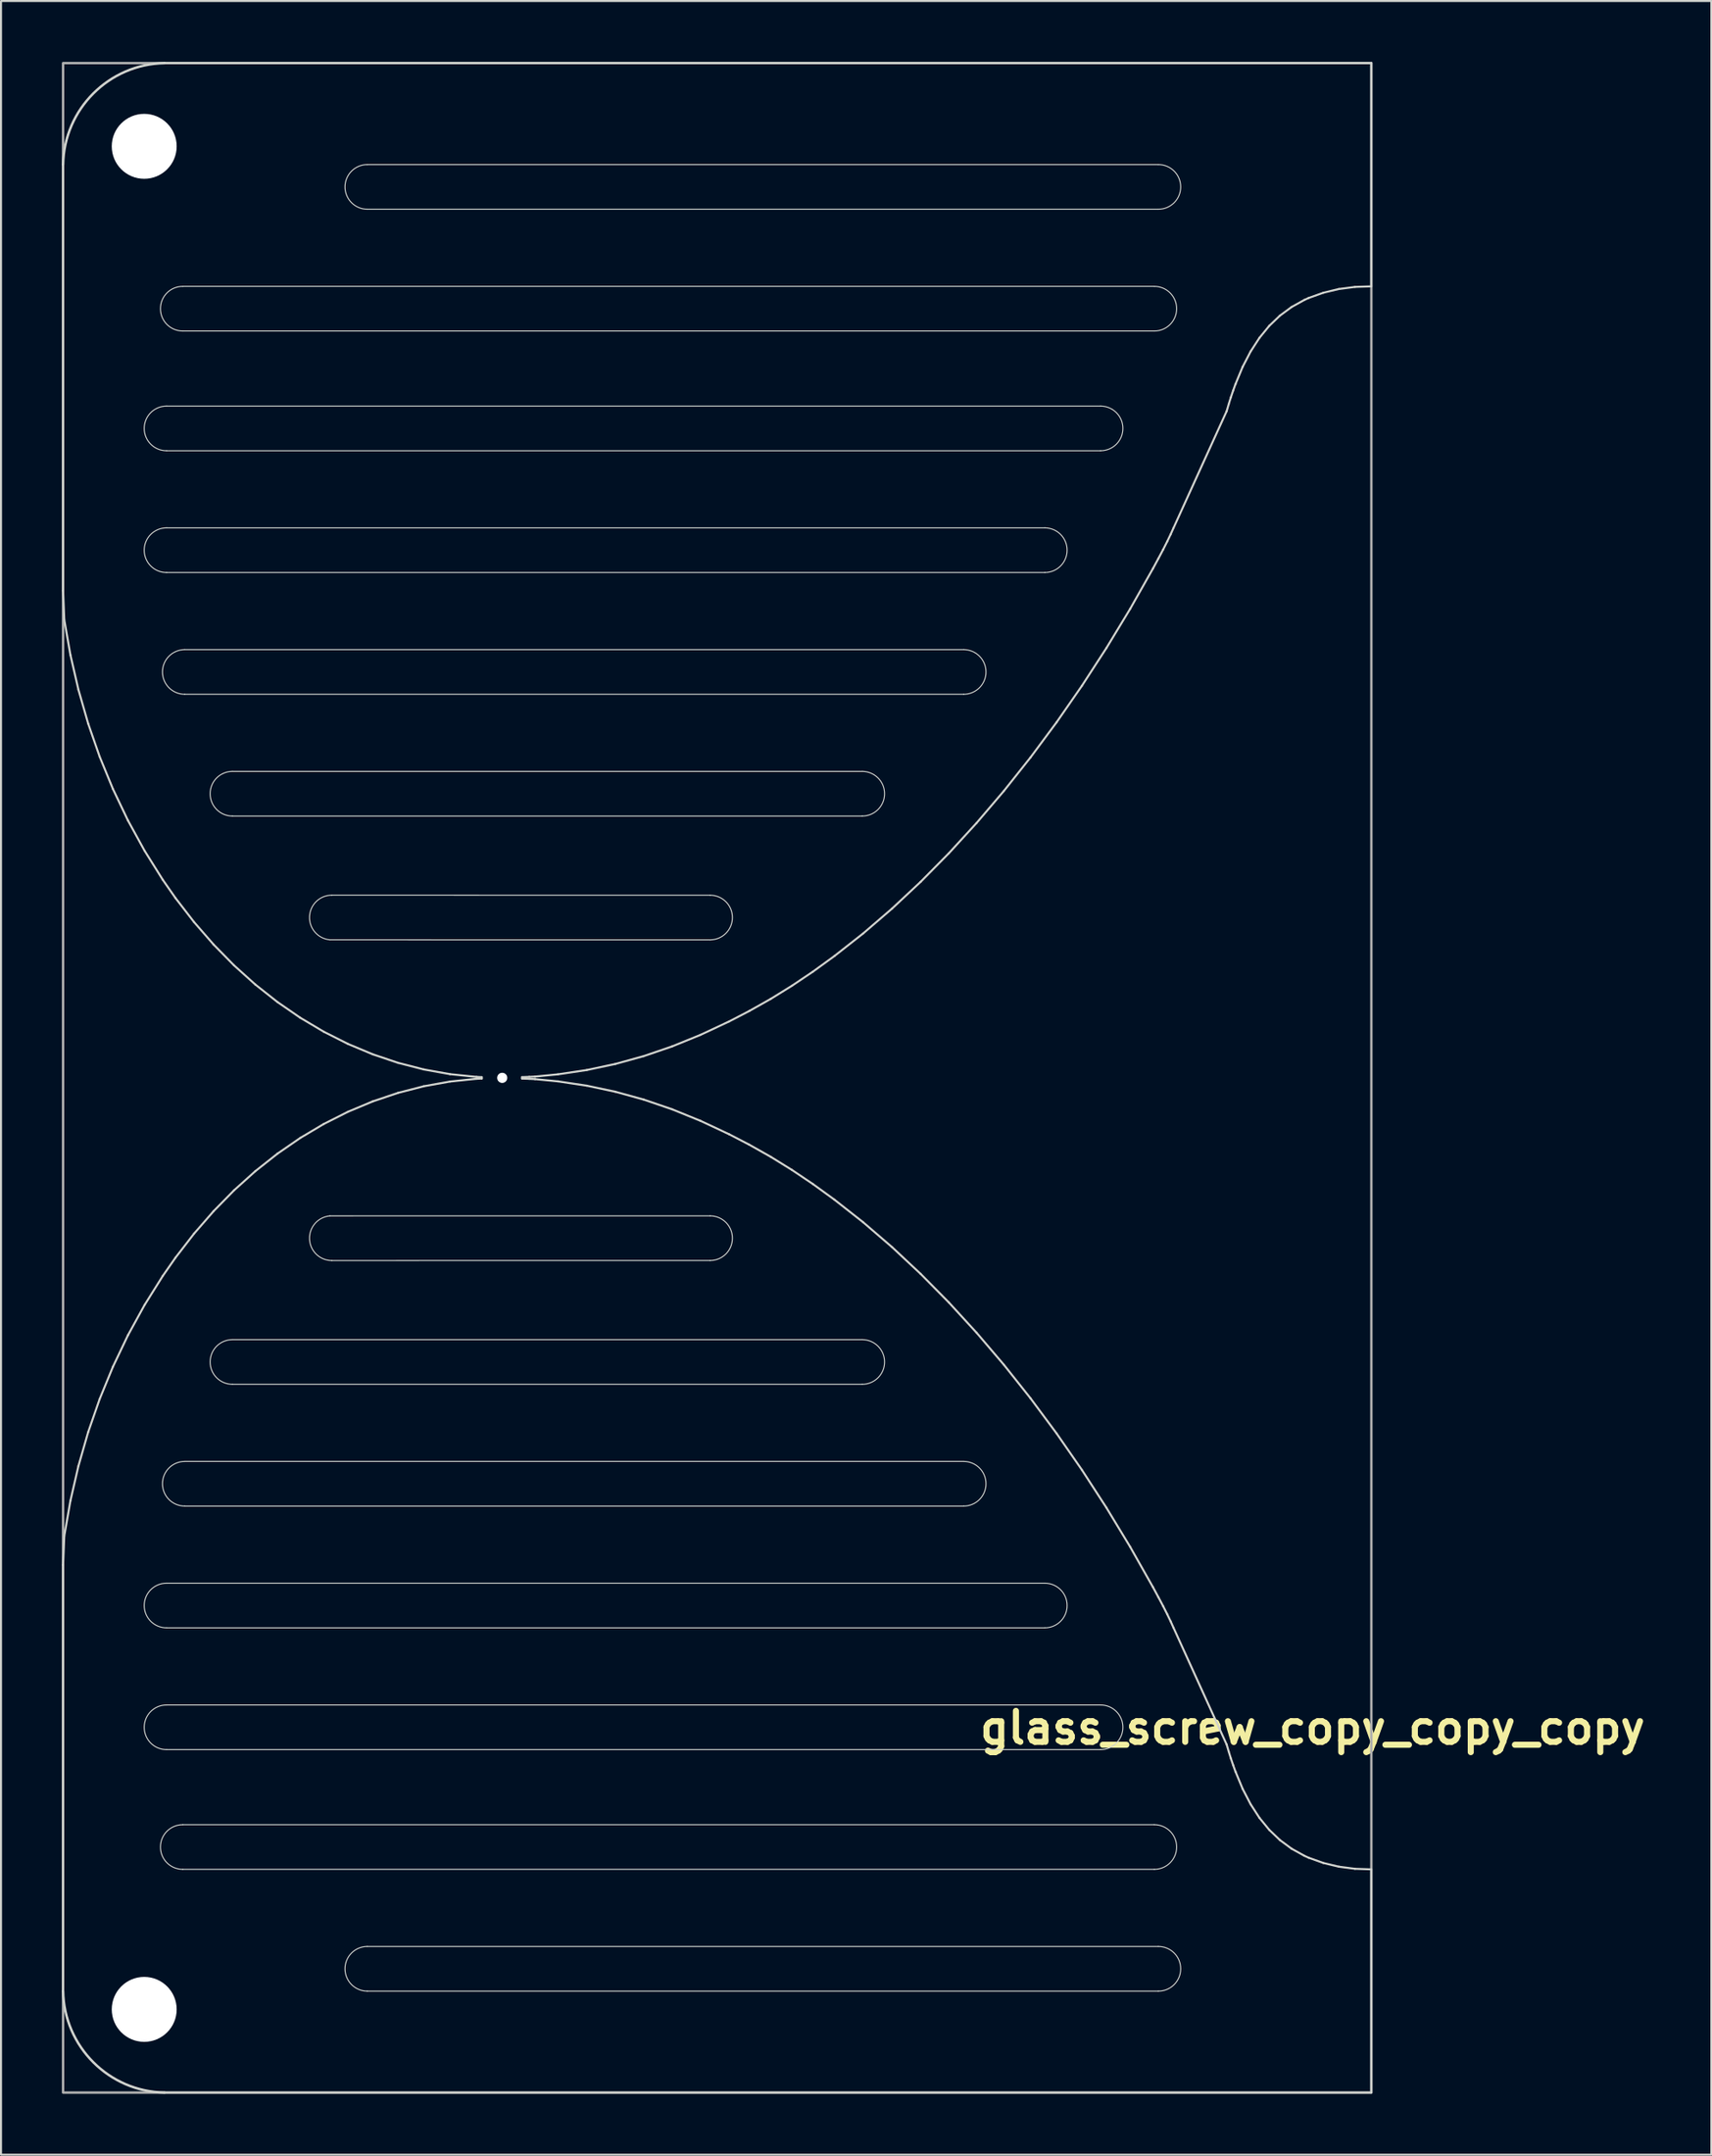
<source format=kicad_pcb>
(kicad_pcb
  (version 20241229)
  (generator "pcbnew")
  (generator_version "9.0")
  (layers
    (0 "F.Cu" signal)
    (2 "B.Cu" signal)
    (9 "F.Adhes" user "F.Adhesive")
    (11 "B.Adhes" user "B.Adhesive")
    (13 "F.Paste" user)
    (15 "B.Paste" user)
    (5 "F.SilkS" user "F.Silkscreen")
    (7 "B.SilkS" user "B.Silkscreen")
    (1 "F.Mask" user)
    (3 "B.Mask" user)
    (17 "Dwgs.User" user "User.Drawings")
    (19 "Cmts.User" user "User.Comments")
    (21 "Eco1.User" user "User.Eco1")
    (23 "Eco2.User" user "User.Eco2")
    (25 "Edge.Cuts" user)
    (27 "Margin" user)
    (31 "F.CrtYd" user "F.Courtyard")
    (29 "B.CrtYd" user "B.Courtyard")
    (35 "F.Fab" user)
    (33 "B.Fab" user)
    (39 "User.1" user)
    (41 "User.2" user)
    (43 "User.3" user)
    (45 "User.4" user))
  (footprint "glass_screw_copy_copy_copy"
    (layer "F.Cu")
    (at 64.56 6.06)
    (property "Reference" "glass_screw_copy_copy_copy" (at -2.9 76.027 180) (layer "F.SilkS") (effects (font (size 1.524 1.524) (thickness 0.3))))
    (attr through_hole)
    (fp_line (start -64.5 20) (end -64.5 -1) (stroke (width 0.1) (type solid)) (layer "Edge.Cuts"))
    (fp_line (start -64.5 68) (end -64.5 89) (stroke (width 0.1) (type solid)) (layer "Edge.Cuts"))
    (fp_line (start -64.442 21.425) (end -64.5 20) (stroke (width 0.1) (type solid)) (layer "Edge.Cuts"))
    (fp_line (start -64.442 66.575) (end -64.5 68) (stroke (width 0.1) (type solid)) (layer "Edge.Cuts"))
    (fp_line (start -64.138 23.163) (end -64.442 21.425) (stroke (width 0.1) (type solid)) (layer "Edge.Cuts"))
    (fp_line (start -64.138 64.837) (end -64.442 66.575) (stroke (width 0.1) (type solid)) (layer "Edge.Cuts"))
    (fp_line (start -63.744 24.871) (end -64.138 23.163) (stroke (width 0.1) (type solid)) (layer "Edge.Cuts"))
    (fp_line (start -63.744 63.129) (end -64.138 64.837) (stroke (width 0.1) (type solid)) (layer "Edge.Cuts"))
    (fp_line (start -63.263 26.544) (end -63.744 24.871) (stroke (width 0.1) (type solid)) (layer "Edge.Cuts"))
    (fp_line (start -63.263 61.456) (end -63.744 63.129) (stroke (width 0.1) (type solid)) (layer "Edge.Cuts"))
    (fp_line (start -62.695 28.178) (end -63.263 26.544) (stroke (width 0.1) (type solid)) (layer "Edge.Cuts"))
    (fp_line (start -62.695 59.822) (end -63.263 61.456) (stroke (width 0.1) (type solid)) (layer "Edge.Cuts"))
    (fp_line (start -62.041 29.769) (end -62.695 28.178) (stroke (width 0.1) (type solid)) (layer "Edge.Cuts"))
    (fp_line (start -62.041 58.231) (end -62.695 59.822) (stroke (width 0.1) (type solid)) (layer "Edge.Cuts"))
    (fp_line (start -61.304 31.313) (end -62.041 29.769) (stroke (width 0.1) (type solid)) (layer "Edge.Cuts"))
    (fp_line (start -61.304 56.687) (end -62.041 58.231) (stroke (width 0.1) (type solid)) (layer "Edge.Cuts"))
    (fp_line (start -60.484 32.806) (end -61.304 31.313) (stroke (width 0.1) (type solid)) (layer "Edge.Cuts"))
    (fp_line (start -60.484 55.194) (end -61.304 56.687) (stroke (width 0.1) (type solid)) (layer "Edge.Cuts"))
    (fp_line (start -59.582 34.245) (end -60.484 32.806) (stroke (width 0.1) (type solid)) (layer "Edge.Cuts"))
    (fp_line (start -59.582 53.755) (end -60.484 55.194) (stroke (width 0.1) (type solid)) (layer "Edge.Cuts"))
    (fp_line (start -59.5 -6) (end 0 -6) (stroke (width 0.1) (type solid)) (layer "Edge.Cuts"))
    (fp_line (start -59.5 94) (end 0 94) (stroke (width 0.1) (type solid)) (layer "Edge.Cuts"))
    (fp_line (start -59.4 10.9) (end -13.35 10.9) (stroke (width 0.05) (type solid)) (layer "Edge.Cuts"))
    (fp_line (start -59.4 16.9) (end -16.1 16.9) (stroke (width 0.05) (type solid)) (layer "Edge.Cuts"))
    (fp_line (start -59.4 71.1) (end -16.1 71.1) (stroke (width 0.05) (type solid)) (layer "Edge.Cuts"))
    (fp_line (start -59.4 77.1) (end -13.35 77.1) (stroke (width 0.05) (type solid)) (layer "Edge.Cuts"))
    (fp_line (start -58.955 35.144) (end -59.582 34.245) (stroke (width 0.1) (type solid)) (layer "Edge.Cuts"))
    (fp_line (start -58.955 52.856) (end -59.582 53.755) (stroke (width 0.1) (type solid)) (layer "Edge.Cuts"))
    (fp_line (start -58.6 5) (end -10.7 5) (stroke (width 0.05) (type solid)) (layer "Edge.Cuts"))
    (fp_line (start -58.6 83) (end -10.7 83) (stroke (width 0.05) (type solid)) (layer "Edge.Cuts"))
    (fp_line (start -58.5 22.9) (end -20.1 22.9) (stroke (width 0.05) (type solid)) (layer "Edge.Cuts"))
    (fp_line (start -58.5 65.1) (end -20.1 65.1) (stroke (width 0.05) (type solid)) (layer "Edge.Cuts"))
    (fp_line (start -58.04 36.328) (end -58.955 35.144) (stroke (width 0.1) (type solid)) (layer "Edge.Cuts"))
    (fp_line (start -58.04 51.672) (end -58.955 52.856) (stroke (width 0.1) (type solid)) (layer "Edge.Cuts"))
    (fp_line (start -57.078 37.433) (end -58.04 36.328) (stroke (width 0.1) (type solid)) (layer "Edge.Cuts"))
    (fp_line (start -57.078 50.567) (end -58.04 51.672) (stroke (width 0.1) (type solid)) (layer "Edge.Cuts"))
    (fp_line (start -56.15 28.9) (end -25.1 28.9) (stroke (width 0.05) (type solid)) (layer "Edge.Cuts"))
    (fp_line (start -56.15 59.1) (end -25.1 59.1) (stroke (width 0.05) (type solid)) (layer "Edge.Cuts"))
    (fp_line (start -56.072 38.458) (end -57.078 37.433) (stroke (width 0.1) (type solid)) (layer "Edge.Cuts"))
    (fp_line (start -56.072 49.542) (end -57.078 50.567) (stroke (width 0.1) (type solid)) (layer "Edge.Cuts"))
    (fp_line (start -55.022 39.402) (end -56.072 38.458) (stroke (width 0.1) (type solid)) (layer "Edge.Cuts"))
    (fp_line (start -55.022 48.598) (end -56.072 49.542) (stroke (width 0.1) (type solid)) (layer "Edge.Cuts"))
    (fp_line (start -53.934 40.262) (end -55.022 39.402) (stroke (width 0.1) (type solid)) (layer "Edge.Cuts"))
    (fp_line (start -53.934 47.738) (end -55.022 48.598) (stroke (width 0.1) (type solid)) (layer "Edge.Cuts"))
    (fp_line (start -52.808 41.038) (end -53.934 40.262) (stroke (width 0.1) (type solid)) (layer "Edge.Cuts"))
    (fp_line (start -52.808 46.962) (end -53.934 47.738) (stroke (width 0.1) (type solid)) (layer "Edge.Cuts"))
    (fp_line (start -51.648 41.727) (end -52.808 41.038) (stroke (width 0.1) (type solid)) (layer "Edge.Cuts"))
    (fp_line (start -51.648 46.273) (end -52.808 46.962) (stroke (width 0.1) (type solid)) (layer "Edge.Cuts"))
    (fp_line (start -51.249 34.998) (end -32.6 35) (stroke (width 0.05) (type solid)) (layer "Edge.Cuts"))
    (fp_line (start -51.249 53.002) (end -32.6 53) (stroke (width 0.05) (type solid)) (layer "Edge.Cuts"))
    (fp_line (start -50.456 42.328) (end -51.648 41.727) (stroke (width 0.1) (type solid)) (layer "Edge.Cuts"))
    (fp_line (start -50.456 45.672) (end -51.648 46.273) (stroke (width 0.1) (type solid)) (layer "Edge.Cuts"))
    (fp_line (start -49.5 -1) (end -10.5 -1) (stroke (width 0.05) (type solid)) (layer "Edge.Cuts"))
    (fp_line (start -49.5 89) (end -10.5 89) (stroke (width 0.05) (type solid)) (layer "Edge.Cuts"))
    (fp_line (start -49.235 42.839) (end -50.456 42.328) (stroke (width 0.1) (type solid)) (layer "Edge.Cuts"))
    (fp_line (start -49.235 45.161) (end -50.456 45.672) (stroke (width 0.1) (type solid)) (layer "Edge.Cuts"))
    (fp_line (start -47.988 43.259) (end -49.235 42.839) (stroke (width 0.1) (type solid)) (layer "Edge.Cuts"))
    (fp_line (start -47.988 44.741) (end -49.235 45.161) (stroke (width 0.1) (type solid)) (layer "Edge.Cuts"))
    (fp_line (start -46.717 43.586) (end -47.988 43.259) (stroke (width 0.1) (type solid)) (layer "Edge.Cuts"))
    (fp_line (start -46.717 44.414) (end -47.988 44.741) (stroke (width 0.1) (type solid)) (layer "Edge.Cuts"))
    (fp_line (start -45.425 43.818) (end -46.717 43.586) (stroke (width 0.1) (type solid)) (layer "Edge.Cuts"))
    (fp_line (start -45.425 44.182) (end -46.717 44.414) (stroke (width 0.1) (type solid)) (layer "Edge.Cuts"))
    (fp_line (start -44.114 43.953) (end -45.425 43.818) (stroke (width 0.1) (type solid)) (layer "Edge.Cuts"))
    (fp_line (start -44.114 44.047) (end -45.425 44.182) (stroke (width 0.1) (type solid)) (layer "Edge.Cuts"))
    (fp_line (start -43.859 43.965) (end -44.114 43.953) (stroke (width 0.1) (type solid)) (layer "Edge.Cuts"))
    (fp_line (start -43.859 43.965) (end -43.859 44.035) (stroke (width 0.1) (type solid)) (layer "Edge.Cuts"))
    (fp_line (start -43.859 44.035) (end -44.114 44.047) (stroke (width 0.1) (type solid)) (layer "Edge.Cuts"))
    (fp_line (start -41.871 44.036) (end -41.871 43.964) (stroke (width 0.1) (type solid)) (layer "Edge.Cuts"))
    (fp_line (start -41.516 43.951) (end -41.871 43.964) (stroke (width 0.1) (type solid)) (layer "Edge.Cuts"))
    (fp_line (start -41.516 44.049) (end -41.871 44.036) (stroke (width 0.1) (type solid)) (layer "Edge.Cuts"))
    (fp_line (start -41.231 43.936) (end -41.516 43.951) (stroke (width 0.1) (type solid)) (layer "Edge.Cuts"))
    (fp_line (start -41.231 44.064) (end -41.516 44.049) (stroke (width 0.1) (type solid)) (layer "Edge.Cuts"))
    (fp_line (start -40.102 43.827) (end -41.231 43.936) (stroke (width 0.1) (type solid)) (layer "Edge.Cuts"))
    (fp_line (start -40.102 44.173) (end -41.231 44.064) (stroke (width 0.1) (type solid)) (layer "Edge.Cuts"))
    (fp_line (start -38.678 43.614) (end -40.102 43.827) (stroke (width 0.1) (type solid)) (layer "Edge.Cuts"))
    (fp_line (start -38.678 44.386) (end -40.102 44.173) (stroke (width 0.1) (type solid)) (layer "Edge.Cuts"))
    (fp_line (start -37.272 43.315) (end -38.678 43.614) (stroke (width 0.1) (type solid)) (layer "Edge.Cuts"))
    (fp_line (start -37.272 44.685) (end -38.678 44.386) (stroke (width 0.1) (type solid)) (layer "Edge.Cuts"))
    (fp_line (start -35.875 42.929) (end -37.272 43.315) (stroke (width 0.1) (type solid)) (layer "Edge.Cuts"))
    (fp_line (start -35.875 45.071) (end -37.272 44.685) (stroke (width 0.1) (type solid)) (layer "Edge.Cuts"))
    (fp_line (start -34.48 42.453) (end -35.875 42.929) (stroke (width 0.1) (type solid)) (layer "Edge.Cuts"))
    (fp_line (start -34.48 45.547) (end -35.875 45.071) (stroke (width 0.1) (type solid)) (layer "Edge.Cuts"))
    (fp_line (start -33.079 41.884) (end -34.48 42.453) (stroke (width 0.1) (type solid)) (layer "Edge.Cuts"))
    (fp_line (start -33.079 46.116) (end -34.48 45.547) (stroke (width 0.1) (type solid)) (layer "Edge.Cuts"))
    (fp_line (start -32.6 37.2) (end -51.349 37.198) (stroke (width 0.05) (type solid)) (layer "Edge.Cuts"))
    (fp_line (start -32.6 50.8) (end -51.349 50.802) (stroke (width 0.05) (type solid)) (layer "Edge.Cuts"))
    (fp_line (start -31.663 41.221) (end -33.079 41.884) (stroke (width 0.1) (type solid)) (layer "Edge.Cuts"))
    (fp_line (start -31.663 46.779) (end -33.079 46.116) (stroke (width 0.1) (type solid)) (layer "Edge.Cuts"))
    (fp_line (start -30.673 40.708) (end -31.663 41.221) (stroke (width 0.1) (type solid)) (layer "Edge.Cuts"))
    (fp_line (start -30.673 47.292) (end -31.663 46.779) (stroke (width 0.1) (type solid)) (layer "Edge.Cuts"))
    (fp_line (start -29.608 40.107) (end -30.673 40.708) (stroke (width 0.1) (type solid)) (layer "Edge.Cuts"))
    (fp_line (start -29.608 47.893) (end -30.673 47.292) (stroke (width 0.1) (type solid)) (layer "Edge.Cuts"))
    (fp_line (start -28.569 39.464) (end -29.608 40.107) (stroke (width 0.1) (type solid)) (layer "Edge.Cuts"))
    (fp_line (start -28.569 48.536) (end -29.608 47.893) (stroke (width 0.1) (type solid)) (layer "Edge.Cuts"))
    (fp_line (start -27.531 38.766) (end -28.569 39.464) (stroke (width 0.1) (type solid)) (layer "Edge.Cuts"))
    (fp_line (start -27.531 49.234) (end -28.569 48.536) (stroke (width 0.1) (type solid)) (layer "Edge.Cuts"))
    (fp_line (start -26.469 37.995) (end -27.531 38.766) (stroke (width 0.1) (type solid)) (layer "Edge.Cuts"))
    (fp_line (start -26.469 50.005) (end -27.531 49.234) (stroke (width 0.1) (type solid)) (layer "Edge.Cuts"))
    (fp_line (start -25.1 31.1) (end -56.15 31.1) (stroke (width 0.05) (type solid)) (layer "Edge.Cuts"))
    (fp_line (start -25.1 56.9) (end -56.15 56.9) (stroke (width 0.05) (type solid)) (layer "Edge.Cuts"))
    (fp_line (start -25.058 36.887) (end -26.469 37.995) (stroke (width 0.1) (type solid)) (layer "Edge.Cuts"))
    (fp_line (start -25.058 51.113) (end -26.469 50.005) (stroke (width 0.1) (type solid)) (layer "Edge.Cuts"))
    (fp_line (start -23.63 35.659) (end -25.058 36.887) (stroke (width 0.1) (type solid)) (layer "Edge.Cuts"))
    (fp_line (start -23.63 52.341) (end -25.058 51.113) (stroke (width 0.1) (type solid)) (layer "Edge.Cuts"))
    (fp_line (start -22.219 34.339) (end -23.63 35.659) (stroke (width 0.1) (type solid)) (layer "Edge.Cuts"))
    (fp_line (start -22.219 53.661) (end -23.63 52.341) (stroke (width 0.1) (type solid)) (layer "Edge.Cuts"))
    (fp_line (start -20.828 32.931) (end -22.219 34.339) (stroke (width 0.1) (type solid)) (layer "Edge.Cuts"))
    (fp_line (start -20.828 55.069) (end -22.219 53.661) (stroke (width 0.1) (type solid)) (layer "Edge.Cuts"))
    (fp_line (start -20.1 25.1) (end -58.5 25.1) (stroke (width 0.05) (type solid)) (layer "Edge.Cuts"))
    (fp_line (start -20.1 62.9) (end -58.5 62.9) (stroke (width 0.05) (type solid)) (layer "Edge.Cuts"))
    (fp_line (start -19.46 31.438) (end -20.828 32.931) (stroke (width 0.1) (type solid)) (layer "Edge.Cuts"))
    (fp_line (start -19.46 56.562) (end -20.828 55.069) (stroke (width 0.1) (type solid)) (layer "Edge.Cuts"))
    (fp_line (start -18.118 29.864) (end -19.46 31.438) (stroke (width 0.1) (type solid)) (layer "Edge.Cuts"))
    (fp_line (start -18.118 58.136) (end -19.46 56.562) (stroke (width 0.1) (type solid)) (layer "Edge.Cuts"))
    (fp_line (start -16.805 28.212) (end -18.118 29.864) (stroke (width 0.1) (type solid)) (layer "Edge.Cuts"))
    (fp_line (start -16.805 59.788) (end -18.118 58.136) (stroke (width 0.1) (type solid)) (layer "Edge.Cuts"))
    (fp_line (start -16.1 19.1) (end -59.4 19.1) (stroke (width 0.05) (type solid)) (layer "Edge.Cuts"))
    (fp_line (start -16.1 68.9) (end -59.4 68.9) (stroke (width 0.05) (type solid)) (layer "Edge.Cuts"))
    (fp_line (start -15.523 26.486) (end -16.805 28.212) (stroke (width 0.1) (type solid)) (layer "Edge.Cuts"))
    (fp_line (start -15.523 61.514) (end -16.805 59.788) (stroke (width 0.1) (type solid)) (layer "Edge.Cuts"))
    (fp_line (start -14.276 24.69) (end -15.523 26.486) (stroke (width 0.1) (type solid)) (layer "Edge.Cuts"))
    (fp_line (start -14.276 63.31) (end -15.523 61.514) (stroke (width 0.1) (type solid)) (layer "Edge.Cuts"))
    (fp_line (start -13.35 13.1) (end -59.4 13.1) (stroke (width 0.05) (type solid)) (layer "Edge.Cuts"))
    (fp_line (start -13.35 74.9) (end -59.4 74.9) (stroke (width 0.05) (type solid)) (layer "Edge.Cuts"))
    (fp_line (start -13.066 22.827) (end -14.276 24.69) (stroke (width 0.1) (type solid)) (layer "Edge.Cuts"))
    (fp_line (start -13.066 65.173) (end -14.276 63.31) (stroke (width 0.1) (type solid)) (layer "Edge.Cuts"))
    (fp_line (start -11.897 20.9) (end -13.066 22.827) (stroke (width 0.1) (type solid)) (layer "Edge.Cuts"))
    (fp_line (start -11.897 67.1) (end -13.066 65.173) (stroke (width 0.1) (type solid)) (layer "Edge.Cuts"))
    (fp_line (start -10.772 18.913) (end -11.897 20.9) (stroke (width 0.1) (type solid)) (layer "Edge.Cuts"))
    (fp_line (start -10.772 69.087) (end -11.897 67.1) (stroke (width 0.1) (type solid)) (layer "Edge.Cuts"))
    (fp_line (start -10.7 7.2) (end -58.6 7.2) (stroke (width 0.05) (type solid)) (layer "Edge.Cuts"))
    (fp_line (start -10.7 80.8) (end -58.6 80.8) (stroke (width 0.05) (type solid)) (layer "Edge.Cuts"))
    (fp_line (start -10.5 1.2) (end -49.5 1.2) (stroke (width 0.05) (type solid)) (layer "Edge.Cuts"))
    (fp_line (start -10.5 86.8) (end -49.5 86.8) (stroke (width 0.05) (type solid)) (layer "Edge.Cuts"))
    (fp_line (start -10.498 18.408) (end -10.772 18.913) (stroke (width 0.1) (type solid)) (layer "Edge.Cuts"))
    (fp_line (start -10.498 69.592) (end -10.772 69.087) (stroke (width 0.1) (type solid)) (layer "Edge.Cuts"))
    (fp_line (start -10.265 17.968) (end -10.498 18.408) (stroke (width 0.1) (type solid)) (layer "Edge.Cuts"))
    (fp_line (start -10.265 70.032) (end -10.498 69.592) (stroke (width 0.1) (type solid)) (layer "Edge.Cuts"))
    (fp_line (start -10.068 17.579) (end -10.265 17.968) (stroke (width 0.1) (type solid)) (layer "Edge.Cuts"))
    (fp_line (start -10.068 70.421) (end -10.265 70.032) (stroke (width 0.1) (type solid)) (layer "Edge.Cuts"))
    (fp_line (start -9.899 17.227) (end -10.068 17.579) (stroke (width 0.1) (type solid)) (layer "Edge.Cuts"))
    (fp_line (start -9.899 70.773) (end -10.068 70.421) (stroke (width 0.1) (type solid)) (layer "Edge.Cuts"))
    (fp_line (start -9.749 16.894) (end -9.899 17.227) (stroke (width 0.1) (type solid)) (layer "Edge.Cuts"))
    (fp_line (start -9.749 71.106) (end -9.899 70.773) (stroke (width 0.1) (type solid)) (layer "Edge.Cuts"))
    (fp_line (start -7.133 11.148) (end -9.749 16.894) (stroke (width 0.1) (type solid)) (layer "Edge.Cuts"))
    (fp_line (start -7.133 76.852) (end -9.749 71.106) (stroke (width 0.1) (type solid)) (layer "Edge.Cuts"))
    (fp_line (start -7.031 10.799) (end -7.133 11.148) (stroke (width 0.1) (type solid)) (layer "Edge.Cuts"))
    (fp_line (start -7.031 77.201) (end -7.133 76.852) (stroke (width 0.1) (type solid)) (layer "Edge.Cuts"))
    (fp_line (start -6.927 10.467) (end -7.031 10.799) (stroke (width 0.1) (type solid)) (layer "Edge.Cuts"))
    (fp_line (start -6.927 77.533) (end -7.031 77.201) (stroke (width 0.1) (type solid)) (layer "Edge.Cuts"))
    (fp_line (start -6.817 10.143) (end -6.927 10.467) (stroke (width 0.1) (type solid)) (layer "Edge.Cuts"))
    (fp_line (start -6.817 77.857) (end -6.927 77.533) (stroke (width 0.1) (type solid)) (layer "Edge.Cuts"))
    (fp_line (start -6.7 9.818) (end -6.817 10.143) (stroke (width 0.1) (type solid)) (layer "Edge.Cuts"))
    (fp_line (start -6.7 78.182) (end -6.817 77.857) (stroke (width 0.1) (type solid)) (layer "Edge.Cuts"))
    (fp_line (start -6.697 9.812) (end -6.7 9.818) (stroke (width 0.1) (type solid)) (layer "Edge.Cuts"))
    (fp_line (start -6.697 78.188) (end -6.7 78.182) (stroke (width 0.1) (type solid)) (layer "Edge.Cuts"))
    (fp_line (start -6.345 8.964) (end -6.697 9.812) (stroke (width 0.1) (type solid)) (layer "Edge.Cuts"))
    (fp_line (start -6.345 79.036) (end -6.697 78.188) (stroke (width 0.1) (type solid)) (layer "Edge.Cuts"))
    (fp_line (start -5.951 8.206) (end -6.345 8.964) (stroke (width 0.1) (type solid)) (layer "Edge.Cuts"))
    (fp_line (start -5.951 79.794) (end -6.345 79.036) (stroke (width 0.1) (type solid)) (layer "Edge.Cuts"))
    (fp_line (start -5.515 7.534) (end -5.951 8.206) (stroke (width 0.1) (type solid)) (layer "Edge.Cuts"))
    (fp_line (start -5.515 80.466) (end -5.951 79.794) (stroke (width 0.1) (type solid)) (layer "Edge.Cuts"))
    (fp_line (start -5.034 6.946) (end -5.515 7.534) (stroke (width 0.1) (type solid)) (layer "Edge.Cuts"))
    (fp_line (start -5.034 81.054) (end -5.515 80.466) (stroke (width 0.1) (type solid)) (layer "Edge.Cuts"))
    (fp_line (start -4.506 6.441) (end -5.034 6.946) (stroke (width 0.1) (type solid)) (layer "Edge.Cuts"))
    (fp_line (start -4.506 81.559) (end -5.034 81.054) (stroke (width 0.1) (type solid)) (layer "Edge.Cuts"))
    (fp_line (start -3.93 6.016) (end -4.506 6.441) (stroke (width 0.1) (type solid)) (layer "Edge.Cuts"))
    (fp_line (start -3.93 81.984) (end -4.506 81.559) (stroke (width 0.1) (type solid)) (layer "Edge.Cuts"))
    (fp_line (start -3.304 5.669) (end -3.93 6.016) (stroke (width 0.1) (type solid)) (layer "Edge.Cuts"))
    (fp_line (start -3.304 82.331) (end -3.93 81.984) (stroke (width 0.1) (type solid)) (layer "Edge.Cuts"))
    (fp_line (start -3.092 5.573) (end -3.304 5.669) (stroke (width 0.1) (type solid)) (layer "Edge.Cuts"))
    (fp_line (start -3.092 82.427) (end -3.304 82.331) (stroke (width 0.1) (type solid)) (layer "Edge.Cuts"))
    (fp_line (start -2.368 5.314) (end -3.092 5.573) (stroke (width 0.1) (type solid)) (layer "Edge.Cuts"))
    (fp_line (start -2.368 82.686) (end -3.092 82.427) (stroke (width 0.1) (type solid)) (layer "Edge.Cuts"))
    (fp_line (start -1.601 5.131) (end -2.368 5.314) (stroke (width 0.1) (type solid)) (layer "Edge.Cuts"))
    (fp_line (start -1.601 82.869) (end -2.368 82.686) (stroke (width 0.1) (type solid)) (layer "Edge.Cuts"))
    (fp_line (start -0.807 5.027) (end -1.601 5.131) (stroke (width 0.1) (type solid)) (layer "Edge.Cuts"))
    (fp_line (start -0.807 82.973) (end -1.601 82.869) (stroke (width 0.1) (type solid)) (layer "Edge.Cuts"))
    (fp_line (start 0 5) (end -0.807 5.027) (stroke (width 0.1) (type solid)) (layer "Edge.Cuts"))
    (fp_line (start 0 5) (end 0 -6) (stroke (width 0.1) (type solid)) (layer "Edge.Cuts"))
    (fp_line (start 0 83) (end -0.807 82.973) (stroke (width 0.1) (type solid)) (layer "Edge.Cuts"))
    (fp_line (start 0 83) (end 0 94) (stroke (width 0.1) (type solid)) (layer "Edge.Cuts"))
    (fp_arc (start -64.5 -1) (mid -63.007423 -4.507423) (end -59.5 -6) (stroke (width 0.12) (type solid)) (layer "Edge.Cuts"))
    (fp_arc (start -59.5 94) (mid -63.007423 92.507423) (end -64.5 89) (stroke (width 0.12) (type solid)) (layer "Edge.Cuts"))
    (fp_arc (start -59.4 13.099999) (mid -60.5 11.999999) (end -59.4 10.899999) (stroke (width 0.05) (type solid)) (layer "Edge.Cuts"))
    (fp_arc (start -59.4 19.099999) (mid -60.5 17.999999) (end -59.4 16.899999) (stroke (width 0.05) (type solid)) (layer "Edge.Cuts"))
    (fp_arc (start -59.4 71.100001) (mid -60.5 70.000001) (end -59.4 68.900001) (stroke (width 0.05) (type solid)) (layer "Edge.Cuts"))
    (fp_arc (start -59.4 77.100001) (mid -60.5 76.000001) (end -59.4 74.900001) (stroke (width 0.05) (type solid)) (layer "Edge.Cuts"))
    (fp_arc (start -58.599999 7.199999) (mid -59.699999 6.099999) (end -58.599999 4.999999) (stroke (width 0.05) (type solid)) (layer "Edge.Cuts"))
    (fp_arc (start -58.599999 83.000001) (mid -59.699999 81.900001) (end -58.599999 80.800001) (stroke (width 0.05) (type solid)) (layer "Edge.Cuts"))
    (fp_arc (start -58.5 25.099999) (mid -59.6 23.999999) (end -58.5 22.899999) (stroke (width 0.05) (type solid)) (layer "Edge.Cuts"))
    (fp_arc (start -58.5 65.100001) (mid -59.6 64.000001) (end -58.5 62.900001) (stroke (width 0.05) (type solid)) (layer "Edge.Cuts"))
    (fp_arc (start -56.15 31.099999) (mid -57.25 29.999999) (end -56.15 28.899999) (stroke (width 0.05) (type solid)) (layer "Edge.Cuts"))
    (fp_arc (start -56.15 59.100001) (mid -57.25 58.000001) (end -56.15 56.900001) (stroke (width 0.05) (type solid)) (layer "Edge.Cuts"))
    (fp_arc (start -51.348863 37.19778) (mid -52.35 36.05) (end -51.248863 34.997779) (stroke (width 0.05) (type solid)) (layer "Edge.Cuts"))
    (fp_arc (start -51.248863 53.002221) (mid -52.35 51.95) (end -51.348863 50.80222) (stroke (width 0.05) (type solid)) (layer "Edge.Cuts"))
    (fp_arc (start -49.499999 1.199999) (mid -50.599999 0.099999) (end -49.499999 -1.000001) (stroke (width 0.05) (type solid)) (layer "Edge.Cuts"))
    (fp_arc (start -49.499999 89.000001) (mid -50.599999 87.900001) (end -49.499999 86.800001) (stroke (width 0.05) (type solid)) (layer "Edge.Cuts"))
    (fp_arc (start -32.6 34.999999) (mid -31.5 36.099999) (end -32.6 37.199999) (stroke (width 0.05) (type solid)) (layer "Edge.Cuts"))
    (fp_arc (start -32.6 50.800001) (mid -31.5 51.900001) (end -32.6 53.000001) (stroke (width 0.05) (type solid)) (layer "Edge.Cuts"))
    (fp_arc (start -25.1 28.899999) (mid -24 29.999999) (end -25.1 31.099999) (stroke (width 0.05) (type solid)) (layer "Edge.Cuts"))
    (fp_arc (start -25.1 56.900001) (mid -24 58.000001) (end -25.1 59.100001) (stroke (width 0.05) (type solid)) (layer "Edge.Cuts"))
    (fp_arc (start -20.1 22.899999) (mid -19 23.999999) (end -20.1 25.099999) (stroke (width 0.05) (type solid)) (layer "Edge.Cuts"))
    (fp_arc (start -20.1 62.900001) (mid -19 64.000001) (end -20.1 65.100001) (stroke (width 0.05) (type solid)) (layer "Edge.Cuts"))
    (fp_arc (start -16.1 16.899999) (mid -15 17.999999) (end -16.1 19.099999) (stroke (width 0.05) (type solid)) (layer "Edge.Cuts"))
    (fp_arc (start -16.1 68.900001) (mid -15 70.000001) (end -16.1 71.100001) (stroke (width 0.05) (type solid)) (layer "Edge.Cuts"))
    (fp_arc (start -13.35 10.899999) (mid -12.25 11.999999) (end -13.35 13.099999) (stroke (width 0.05) (type solid)) (layer "Edge.Cuts"))
    (fp_arc (start -13.35 74.900001) (mid -12.25 76.000001) (end -13.35 77.100001) (stroke (width 0.05) (type solid)) (layer "Edge.Cuts"))
    (fp_arc (start -10.699999 4.999999) (mid -9.599999 6.099999) (end -10.699999 7.199999) (stroke (width 0.05) (type solid)) (layer "Edge.Cuts"))
    (fp_arc (start -10.699999 80.800001) (mid -9.599999 81.900001) (end -10.699999 83.000001) (stroke (width 0.05) (type solid)) (layer "Edge.Cuts"))
    (fp_arc (start -10.499999 -1.000001) (mid -9.399999 0.099999) (end -10.499999 1.199999) (stroke (width 0.05) (type solid)) (layer "Edge.Cuts"))
    (fp_arc (start -10.499999 86.800001) (mid -9.399999 87.900001) (end -10.499999 89.000001) (stroke (width 0.05) (type solid)) (layer "Edge.Cuts"))
    (fp_rect (start -64.5 -6) (end 0 94) (stroke (width 0.12) (type solid)) (fill no) (layer "F.Fab"))
    (pad "" np_thru_hole circle (at -60.5 -1.9 180) (size 3.2 3.2) (drill 3.2) (layers "*.Cu" "*.Mask"))
    (pad "" np_thru_hole circle (at -60.5 89.9) (size 3.2 3.2) (drill 3.2) (layers "*.Cu" "*.Mask"))
    (pad "" np_thru_hole circle (at -42.85 44) (size 0.5 0.5) (drill 0.5) (layers "*.Cu" "*.Mask")))
  (gr_rect
    (start -3 -3)
    (end 81.322 103.12)
    (stroke (width 0.1) (type default))
    (fill no)
    (layer "Edge.Cuts")))
</source>
